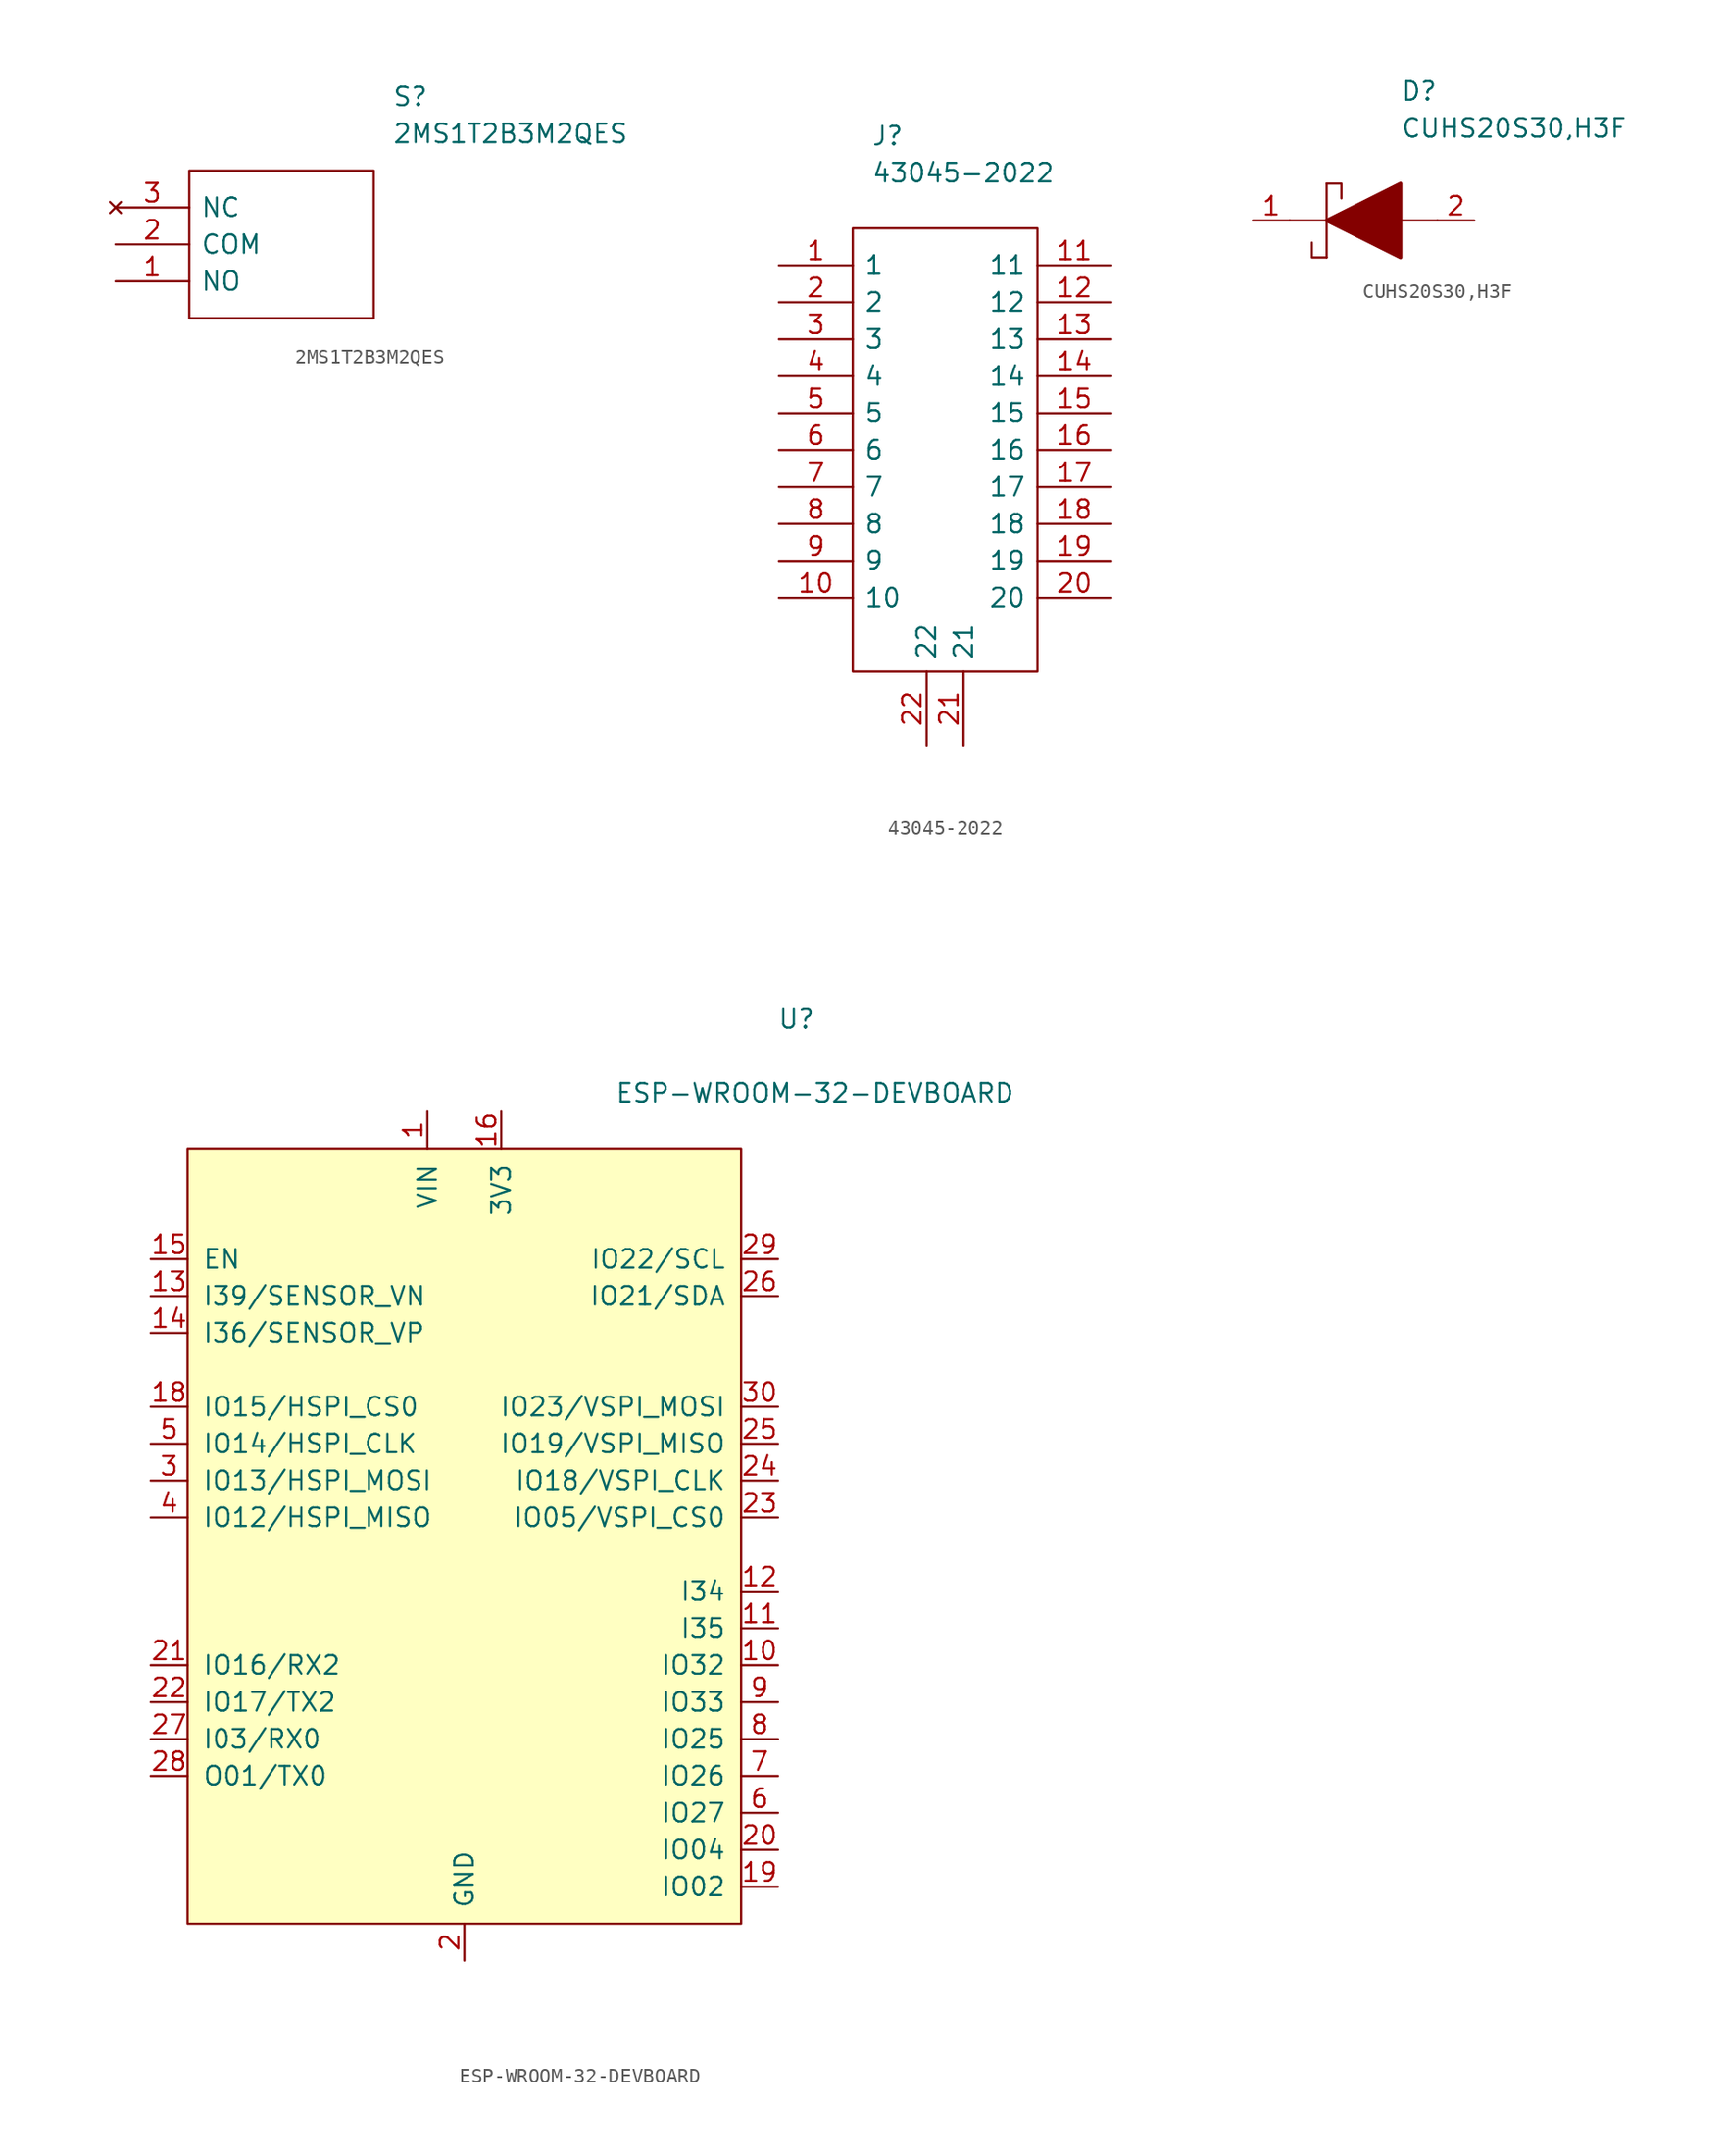
<source format=kicad_sym>
(kicad_symbol_lib
  (version 20211014)
  (generator kicad_symbol_editor)
  (symbol "2MS1T2B3M2QES"
    (pin_names
      (offset 0.762))
    (property "Reference" "S"
      (at 19.05 7.62 0)
      (effects (font (size 1.27 1.27)) (justify left)))
    (property "Value" "2MS1T2B3M2QES"
      (at 19.05 5.08 0)
      (effects (font (size 1.27 1.27)) (justify left)))
    (symbol "2MS1T2B3M2QES_0_0"
      (pin passive line (at 0 -5.08 0) (length 5.08) (name "NO" (effects (font (size 1.27 1.27)))) (number "1" (effects (font (size 1.27 1.27)))))
      (pin passive line (at 0 -2.54 0) (length 5.08) (name "COM" (effects (font (size 1.27 1.27)))) (number "2" (effects (font (size 1.27 1.27)))))
      (pin no_connect line (at 0 0 0) (length 5.08) (name "NC" (effects (font (size 1.27 1.27)))) (number "3" (effects (font (size 1.27 1.27))))))
    (symbol "2MS1T2B3M2QES_0_1"
      (polyline (pts (xy 5.08 2.54) (xy 17.78 2.54) (xy 17.78 -7.62) (xy 5.08 -7.62) (xy 5.08 2.54)) (stroke (width 0.152) (type default) (color 0 0 0 0)) (fill (type none)))))
  (symbol "43045-2022"
    (pin_names
      (offset 0.762))
    (property "Reference" "J"
      (at 6.35 8.89 0)
      (effects (font (size 1.27 1.27)) (justify left)))
    (property "Value" "43045-2022"
      (at 6.35 6.35 0)
      (effects (font (size 1.27 1.27)) (justify left)))
    (symbol "43045-2022_0_0"
      (pin passive line (at 0 0 0) (length 5.08) (name "1" (effects (font (size 1.27 1.27)))) (number "1" (effects (font (size 1.27 1.27)))))
      (pin passive line (at 0 -22.86 0) (length 5.08) (name "10" (effects (font (size 1.27 1.27)))) (number "10" (effects (font (size 1.27 1.27)))))
      (pin passive line (at 22.86 0 180) (length 5.08) (name "11" (effects (font (size 1.27 1.27)))) (number "11" (effects (font (size 1.27 1.27)))))
      (pin passive line (at 22.86 -2.54 180) (length 5.08) (name "12" (effects (font (size 1.27 1.27)))) (number "12" (effects (font (size 1.27 1.27)))))
      (pin passive line (at 22.86 -5.08 180) (length 5.08) (name "13" (effects (font (size 1.27 1.27)))) (number "13" (effects (font (size 1.27 1.27)))))
      (pin passive line (at 22.86 -7.62 180) (length 5.08) (name "14" (effects (font (size 1.27 1.27)))) (number "14" (effects (font (size 1.27 1.27)))))
      (pin passive line (at 22.86 -10.16 180) (length 5.08) (name "15" (effects (font (size 1.27 1.27)))) (number "15" (effects (font (size 1.27 1.27)))))
      (pin passive line (at 22.86 -12.7 180) (length 5.08) (name "16" (effects (font (size 1.27 1.27)))) (number "16" (effects (font (size 1.27 1.27)))))
      (pin passive line (at 22.86 -15.24 180) (length 5.08) (name "17" (effects (font (size 1.27 1.27)))) (number "17" (effects (font (size 1.27 1.27)))))
      (pin passive line (at 22.86 -17.78 180) (length 5.08) (name "18" (effects (font (size 1.27 1.27)))) (number "18" (effects (font (size 1.27 1.27)))))
      (pin passive line (at 22.86 -20.32 180) (length 5.08) (name "19" (effects (font (size 1.27 1.27)))) (number "19" (effects (font (size 1.27 1.27)))))
      (pin passive line (at 0 -2.54 0) (length 5.08) (name "2" (effects (font (size 1.27 1.27)))) (number "2" (effects (font (size 1.27 1.27)))))
      (pin passive line (at 22.86 -22.86 180) (length 5.08) (name "20" (effects (font (size 1.27 1.27)))) (number "20" (effects (font (size 1.27 1.27)))))
      (pin passive line (at 12.7 -33.02 90) (length 5.08) (name "21" (effects (font (size 1.27 1.27)))) (number "21" (effects (font (size 1.27 1.27)))))
      (pin passive line (at 10.16 -33.02 90) (length 5.08) (name "22" (effects (font (size 1.27 1.27)))) (number "22" (effects (font (size 1.27 1.27)))))
      (pin passive line (at 0 -5.08 0) (length 5.08) (name "3" (effects (font (size 1.27 1.27)))) (number "3" (effects (font (size 1.27 1.27)))))
      (pin passive line (at 0 -7.62 0) (length 5.08) (name "4" (effects (font (size 1.27 1.27)))) (number "4" (effects (font (size 1.27 1.27)))))
      (pin passive line (at 0 -10.16 0) (length 5.08) (name "5" (effects (font (size 1.27 1.27)))) (number "5" (effects (font (size 1.27 1.27)))))
      (pin passive line (at 0 -12.7 0) (length 5.08) (name "6" (effects (font (size 1.27 1.27)))) (number "6" (effects (font (size 1.27 1.27)))))
      (pin passive line (at 0 -15.24 0) (length 5.08) (name "7" (effects (font (size 1.27 1.27)))) (number "7" (effects (font (size 1.27 1.27)))))
      (pin passive line (at 0 -17.78 0) (length 5.08) (name "8" (effects (font (size 1.27 1.27)))) (number "8" (effects (font (size 1.27 1.27)))))
      (pin passive line (at 0 -20.32 0) (length 5.08) (name "9" (effects (font (size 1.27 1.27)))) (number "9" (effects (font (size 1.27 1.27))))))
    (symbol "43045-2022_0_1"
      (polyline (pts (xy 5.08 2.54) (xy 17.78 2.54) (xy 17.78 -27.94) (xy 5.08 -27.94) (xy 5.08 2.54)) (stroke (width 0.152) (type default) (color 0 0 0 0)) (fill (type none)))))
  (symbol "CUHS20S30,H3F"
    (pin_names
      (offset 0.762))
    (property "Reference" "D"
      (at 12.7 8.89 0)
      (effects (font (size 1.27 1.27)) (justify left)))
    (property "Value" "CUHS20S30,H3F"
      (at 12.7 6.35 0)
      (effects (font (size 1.27 1.27)) (justify left)))
    (symbol "CUHS20S30,H3F_0_0"
      (pin passive line (at 2.54 0 0) (length 2.54) (name "~" (effects (font (size 1.27 1.27)))) (number "1" (effects (font (size 1.27 1.27)))))
      (pin passive line (at 17.78 0 180) (length 2.54) (name "~" (effects (font (size 1.27 1.27)))) (number "2" (effects (font (size 1.27 1.27))))))
    (symbol "CUHS20S30,H3F_0_1"
      (polyline (pts (xy 5.08 0) (xy 7.62 0)) (stroke (width 0.152) (type default) (color 0 0 0 0)) (fill (type none)))
      (polyline (pts (xy 7.62 2.54) (xy 7.62 -2.54)) (stroke (width 0.152) (type default) (color 0 0 0 0)) (fill (type none)))
      (polyline (pts (xy 12.7 0) (xy 15.24 0)) (stroke (width 0.152) (type default) (color 0 0 0 0)) (fill (type none)))
      (polyline (pts (xy 7.62 -2.54) (xy 6.604 -2.54) (xy 6.604 -1.524)) (stroke (width 0.152) (type default) (color 0 0 0 0)) (fill (type none)))
      (polyline (pts (xy 7.62 2.54) (xy 8.636 2.54) (xy 8.636 1.524)) (stroke (width 0.152) (type default) (color 0 0 0 0)) (fill (type none)))
      (polyline (pts (xy 7.62 0) (xy 12.7 2.54) (xy 12.7 -2.54) (xy 7.62 0)) (stroke (width 0.254) (type default) (color 0 0 0 0)) (fill (type outline)))))
  (symbol "ESP-WROOM-32-DEVBOARD"
    (pin_names
      (offset 1.016))
    (property "Reference" "U"
      (at 22.86 29.21 0)
      (effects (font (size 1.27 1.27))))
    (property "Value" "ESP-WROOM-32-DEVBOARD"
      (at 24.13 24.13 0)
      (effects (font (size 1.27 1.27))))
    (symbol "ESP-WROOM-32-DEVBOARD_0_0"
      (pin power_in line (at -2.54 22.86 270) (length 2.54) (name "VIN" (effects (font (size 1.27 1.27)))) (number "1" (effects (font (size 1.27 1.27)))))
      (pin bidirectional line (at 21.59 -15.24 180) (length 2.54) (name "IO32" (effects (font (size 1.27 1.27)))) (number "10" (effects (font (size 1.27 1.27)))))
      (pin input line (at 21.59 -12.7 180) (length 2.54) (name "I35" (effects (font (size 1.27 1.27)))) (number "11" (effects (font (size 1.27 1.27)))))
      (pin input line (at 21.59 -10.16 180) (length 2.54) (name "I34" (effects (font (size 1.27 1.27)))) (number "12" (effects (font (size 1.27 1.27)))))
      (pin input line (at -21.59 10.16 0) (length 2.54) (name "I39/SENSOR_VN" (effects (font (size 1.27 1.27)))) (number "13" (effects (font (size 1.27 1.27)))))
      (pin input line (at -21.59 7.62 0) (length 2.54) (name "I36/SENSOR_VP" (effects (font (size 1.27 1.27)))) (number "14" (effects (font (size 1.27 1.27)))))
      (pin input line (at -21.59 12.7 0) (length 2.54) (name "EN" (effects (font (size 1.27 1.27)))) (number "15" (effects (font (size 1.27 1.27)))))
      (pin bidirectional line (at 2.54 22.86 270) (length 2.54) (name "3V3" (effects (font (size 1.27 1.27)))) (number "16" (effects (font (size 1.27 1.27)))))
      (pin power_out line (at 0 -35.56 90) (length 2.54) hide (name "GND" (effects (font (size 1.27 1.27)))) (number "17" (effects (font (size 1.27 1.27)))))
      (pin bidirectional line (at -21.59 2.54 0) (length 2.54) (name "IO15/HSPI_CS0" (effects (font (size 1.27 1.27)))) (number "18" (effects (font (size 1.27 1.27)))))
      (pin bidirectional line (at 21.59 -30.48 180) (length 2.54) (name "IO02" (effects (font (size 1.27 1.27)))) (number "19" (effects (font (size 1.27 1.27)))))
      (pin power_out line (at 0 -35.56 90) (length 2.54) (name "GND" (effects (font (size 1.27 1.27)))) (number "2" (effects (font (size 1.27 1.27)))))
      (pin bidirectional line (at 21.59 -27.94 180) (length 2.54) (name "IO04" (effects (font (size 1.27 1.27)))) (number "20" (effects (font (size 1.27 1.27)))))
      (pin bidirectional line (at -21.59 -15.24 0) (length 2.54) (name "IO16/RX2" (effects (font (size 1.27 1.27)))) (number "21" (effects (font (size 1.27 1.27)))))
      (pin bidirectional line (at -21.59 -17.78 0) (length 2.54) (name "IO17/TX2" (effects (font (size 1.27 1.27)))) (number "22" (effects (font (size 1.27 1.27)))))
      (pin bidirectional line (at 21.59 -5.08 180) (length 2.54) (name "IO05/VSPI_CS0" (effects (font (size 1.27 1.27)))) (number "23" (effects (font (size 1.27 1.27)))))
      (pin bidirectional line (at 21.59 -2.54 180) (length 2.54) (name "IO18/VSPI_CLK" (effects (font (size 1.27 1.27)))) (number "24" (effects (font (size 1.27 1.27)))))
      (pin bidirectional line (at 21.59 0 180) (length 2.54) (name "IO19/VSPI_MISO" (effects (font (size 1.27 1.27)))) (number "25" (effects (font (size 1.27 1.27)))))
      (pin bidirectional line (at 21.59 10.16 180) (length 2.54) (name "IO21/SDA" (effects (font (size 1.27 1.27)))) (number "26" (effects (font (size 1.27 1.27)))))
      (pin input line (at -21.59 -20.32 0) (length 2.54) (name "I03/RX0" (effects (font (size 1.27 1.27)))) (number "27" (effects (font (size 1.27 1.27)))))
      (pin output line (at -21.59 -22.86 0) (length 2.54) (name "O01/TX0" (effects (font (size 1.27 1.27)))) (number "28" (effects (font (size 1.27 1.27)))))
      (pin bidirectional line (at 21.59 12.7 180) (length 2.54) (name "IO22/SCL" (effects (font (size 1.27 1.27)))) (number "29" (effects (font (size 1.27 1.27)))))
      (pin bidirectional line (at -21.59 -2.54 0) (length 2.54) (name "IO13/HSPI_MOSI" (effects (font (size 1.27 1.27)))) (number "3" (effects (font (size 1.27 1.27)))))
      (pin bidirectional line (at 21.59 2.54 180) (length 2.54) (name "IO23/VSPI_MOSI" (effects (font (size 1.27 1.27)))) (number "30" (effects (font (size 1.27 1.27)))))
      (pin bidirectional line (at -21.59 -5.08 0) (length 2.54) (name "IO12/HSPI_MISO" (effects (font (size 1.27 1.27)))) (number "4" (effects (font (size 1.27 1.27)))))
      (pin bidirectional line (at -21.59 0 0) (length 2.54) (name "IO14/HSPI_CLK" (effects (font (size 1.27 1.27)))) (number "5" (effects (font (size 1.27 1.27)))))
      (pin bidirectional line (at 21.59 -25.4 180) (length 2.54) (name "IO27" (effects (font (size 1.27 1.27)))) (number "6" (effects (font (size 1.27 1.27)))))
      (pin bidirectional line (at 21.59 -22.86 180) (length 2.54) (name "IO26" (effects (font (size 1.27 1.27)))) (number "7" (effects (font (size 1.27 1.27)))))
      (pin bidirectional line (at 21.59 -20.32 180) (length 2.54) (name "IO25" (effects (font (size 1.27 1.27)))) (number "8" (effects (font (size 1.27 1.27)))))
      (pin bidirectional line (at 21.59 -17.78 180) (length 2.54) (name "IO33" (effects (font (size 1.27 1.27)))) (number "9" (effects (font (size 1.27 1.27))))))
    (symbol "ESP-WROOM-32-DEVBOARD_0_1"
      (rectangle (start -19.05 20.32) (end 19.05 -33.02) (stroke (width 0) (type default) (color 0 0 0 0)) (fill (type background))))))
</source>
